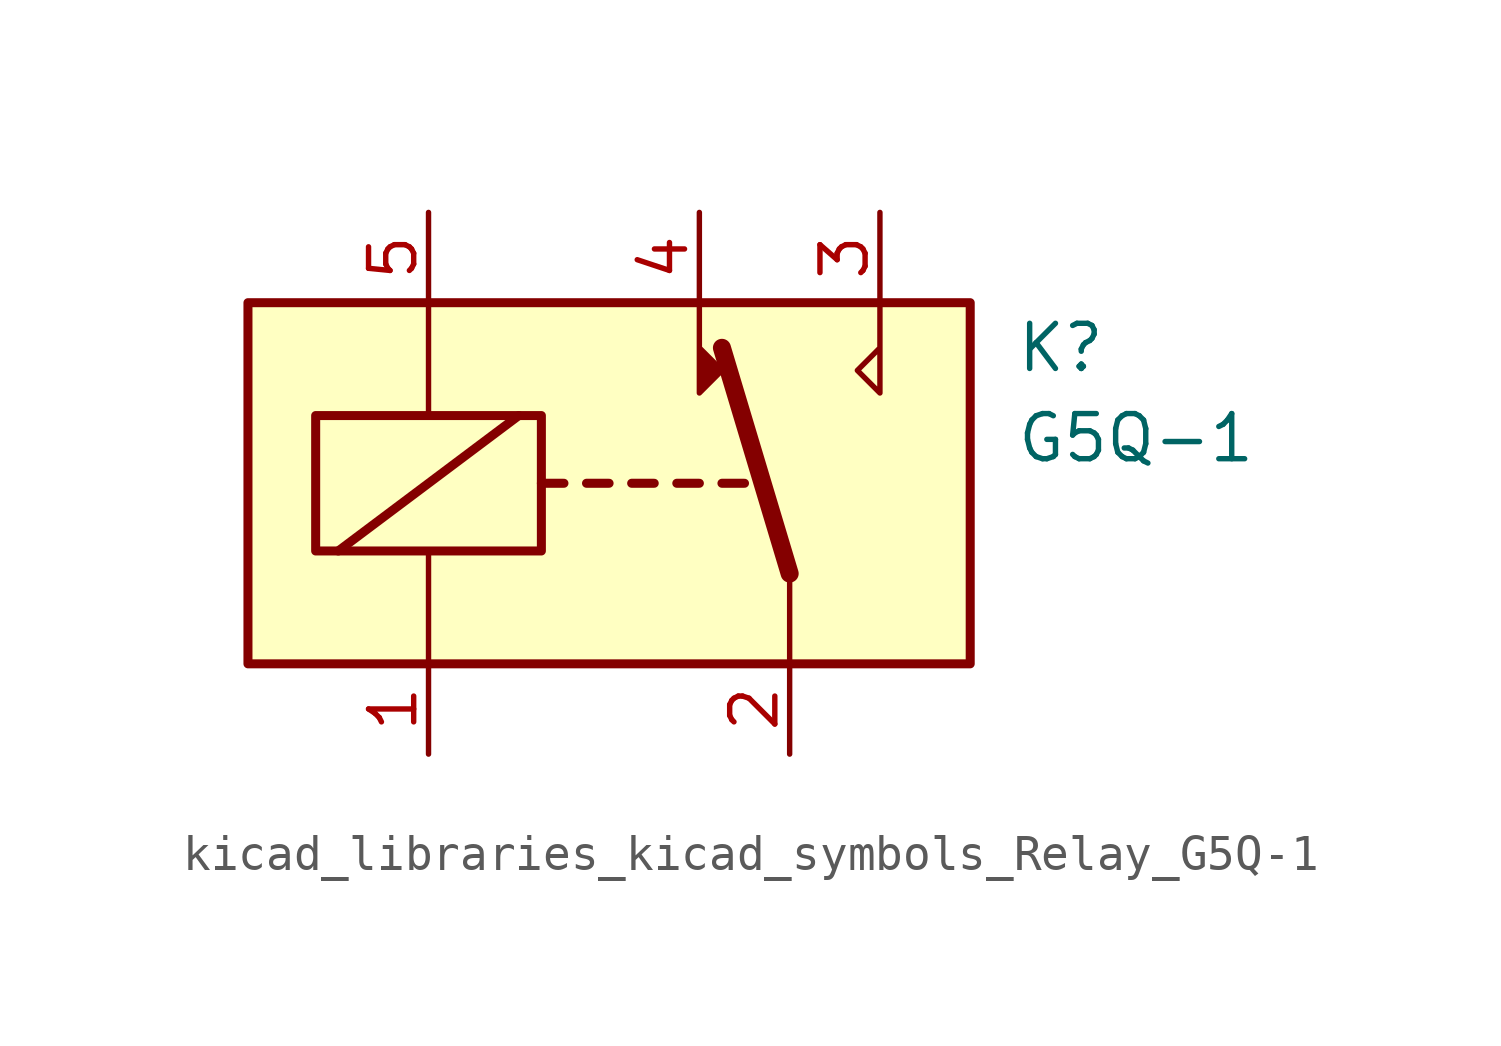
<source format=kicad_sym>
(kicad_symbol_lib
  (version 20220914)
  (generator kicad_symbol_editor)
  (symbol "kicad_libraries_kicad_symbols_Relay_G5Q-1"
    (property "Reference" "K"
      (at 11.43 3.81 0)
      (effects (font (size 1.27 1.27)) (justify left)))
    (property "Value" "G5Q-1"
      (at 11.43 1.27 0)
      (effects (font (size 1.27 1.27)) (justify left)))
    (symbol "kicad_libraries_kicad_symbols_Relay_G5Q-1_0_0"
      (polyline (pts (xy 7.62 5.08) (xy 7.62 2.54) (xy 6.985 3.175) (xy 7.62 3.81)) (stroke (width 0) (type default)) (fill (type none))))
    (symbol "kicad_libraries_kicad_symbols_Relay_G5Q-1_0_1"
      (rectangle (start -10.16 5.08) (end 10.16 -5.08) (stroke (width 0.254) (type default)) (fill (type background)))
      (rectangle (start -8.255 1.905) (end -1.905 -1.905) (stroke (width 0.254) (type default)) (fill (type none)))
      (polyline (pts (xy -7.62 -1.905) (xy -2.54 1.905)) (stroke (width 0.254) (type default)) (fill (type none)))
      (polyline (pts (xy -5.08 -5.08) (xy -5.08 -1.905)) (stroke (width 0) (type default)) (fill (type none)))
      (polyline (pts (xy -5.08 5.08) (xy -5.08 1.905)) (stroke (width 0) (type default)) (fill (type none)))
      (polyline (pts (xy -1.905 0) (xy -1.27 0)) (stroke (width 0.254) (type default)) (fill (type none)))
      (polyline (pts (xy -0.635 0) (xy 0 0)) (stroke (width 0.254) (type default)) (fill (type none)))
      (polyline (pts (xy 0.635 0) (xy 1.27 0)) (stroke (width 0.254) (type default)) (fill (type none)))
      (polyline (pts (xy 1.905 0) (xy 2.54 0)) (stroke (width 0.254) (type default)) (fill (type none)))
      (polyline (pts (xy 3.175 0) (xy 3.81 0)) (stroke (width 0.254) (type default)) (fill (type none)))
      (polyline (pts (xy 5.08 -2.54) (xy 3.175 3.81)) (stroke (width 0.508) (type default)) (fill (type none)))
      (polyline (pts (xy 5.08 -2.54) (xy 5.08 -5.08)) (stroke (width 0) (type default)) (fill (type none)))
      (polyline (pts (xy 2.54 5.08) (xy 2.54 2.54) (xy 3.175 3.175) (xy 2.54 3.81)) (stroke (width 0) (type default)) (fill (type outline))))
    (symbol "kicad_libraries_kicad_symbols_Relay_G5Q-1_1_1"
      (pin passive line (at -5.08 -7.62 90) (length 2.54) (name "~" (effects (font (size 1.27 1.27)))) (number "1" (effects (font (size 1.27 1.27)))))
      (pin passive line (at 5.08 -7.62 90) (length 2.54) (name "~" (effects (font (size 1.27 1.27)))) (number "2" (effects (font (size 1.27 1.27)))))
      (pin passive line (at 7.62 7.62 270) (length 2.54) (name "~" (effects (font (size 1.27 1.27)))) (number "3" (effects (font (size 1.27 1.27)))))
      (pin passive line (at 2.54 7.62 270) (length 2.54) (name "~" (effects (font (size 1.27 1.27)))) (number "4" (effects (font (size 1.27 1.27)))))
      (pin passive line (at -5.08 7.62 270) (length 2.54) (name "~" (effects (font (size 1.27 1.27)))) (number "5" (effects (font (size 1.27 1.27))))))))
</source>
